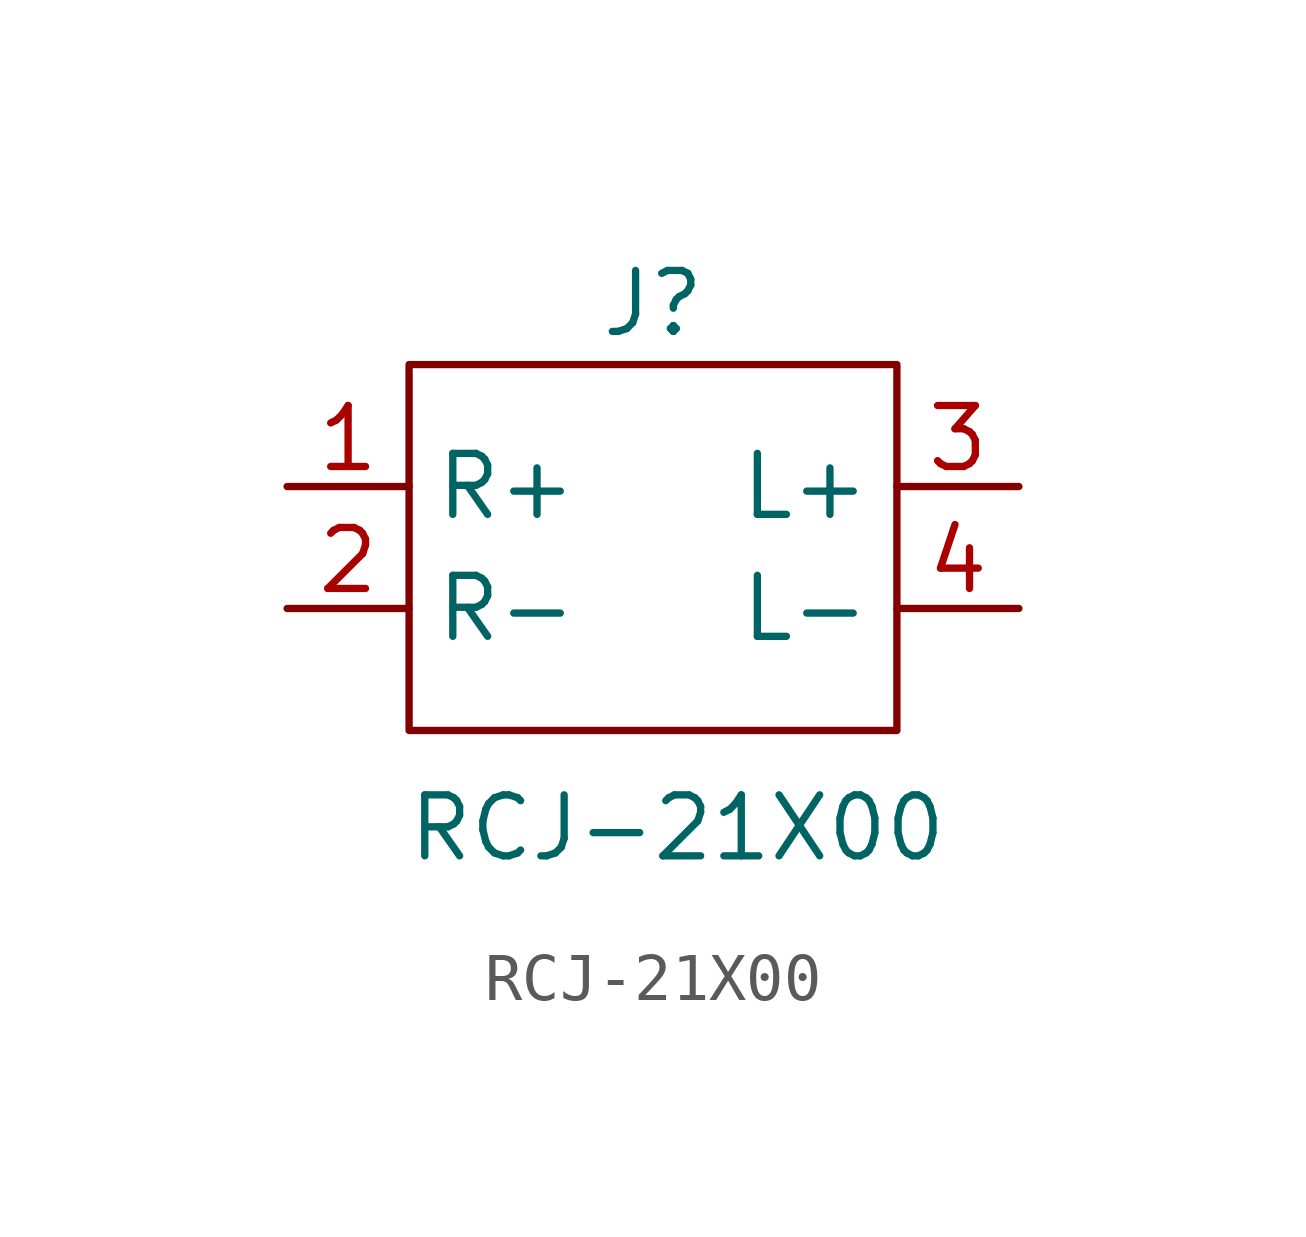
<source format=kicad_sym>
(kicad_symbol_lib
  (version 20241209)
  (generator "kicad_symbol_editor")
  (generator_version "9.0")
  (symbol "RCJ-21X00"
    (property "Reference" "J"
      (at 0 0 0)
      (effects (font (size 1.27 1.27))))
    (property "Value" "RCJ-21X00"
      (at 0.508 -10.922 0)
      (effects (font (size 1.27 1.27))))
    (symbol "RCJ-21X00_0_1"
      (rectangle (start -5.08 -1.27) (end 5.08 -8.89) (stroke (width 0) (type default)) (fill (type none))))
    (symbol "RCJ-21X00_1_1"
      (pin bidirectional line (at -7.62 -3.81 0) (length 2.54) (name "R+" (effects (font (size 1.27 1.27)))) (number "1" (effects (font (size 1.27 1.27)))))
      (pin bidirectional line (at -7.62 -6.35 0) (length 2.54) (name "R-" (effects (font (size 1.27 1.27)))) (number "2" (effects (font (size 1.27 1.27)))))
      (pin bidirectional line (at 7.62 -3.81 180) (length 2.54) (name "L+" (effects (font (size 1.27 1.27)))) (number "3" (effects (font (size 1.27 1.27)))))
      (pin bidirectional line (at 7.62 -6.35 180) (length 2.54) (name "L-" (effects (font (size 1.27 1.27)))) (number "4" (effects (font (size 1.27 1.27))))))))
</source>
